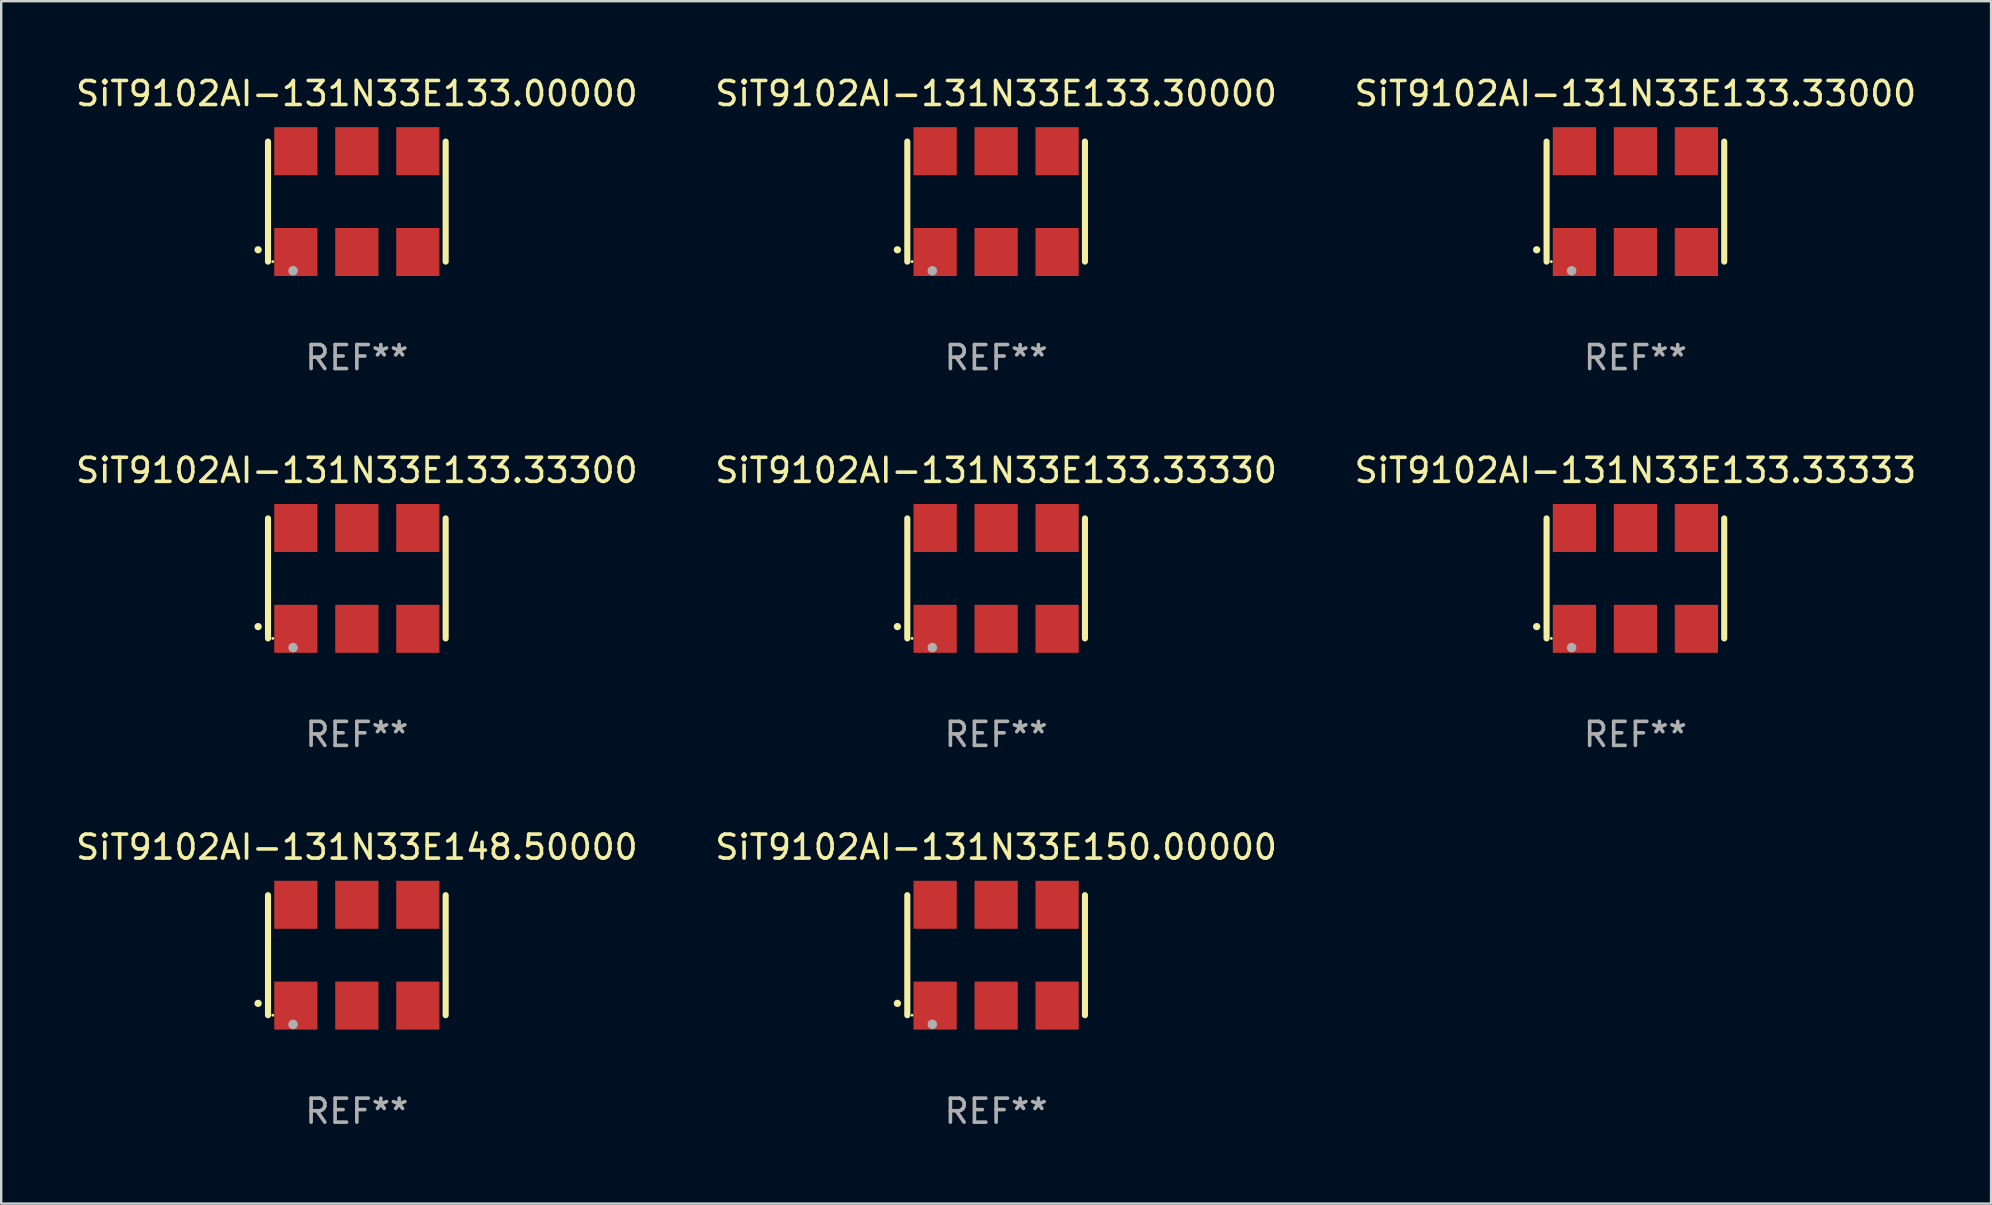
<source format=kicad_pcb>
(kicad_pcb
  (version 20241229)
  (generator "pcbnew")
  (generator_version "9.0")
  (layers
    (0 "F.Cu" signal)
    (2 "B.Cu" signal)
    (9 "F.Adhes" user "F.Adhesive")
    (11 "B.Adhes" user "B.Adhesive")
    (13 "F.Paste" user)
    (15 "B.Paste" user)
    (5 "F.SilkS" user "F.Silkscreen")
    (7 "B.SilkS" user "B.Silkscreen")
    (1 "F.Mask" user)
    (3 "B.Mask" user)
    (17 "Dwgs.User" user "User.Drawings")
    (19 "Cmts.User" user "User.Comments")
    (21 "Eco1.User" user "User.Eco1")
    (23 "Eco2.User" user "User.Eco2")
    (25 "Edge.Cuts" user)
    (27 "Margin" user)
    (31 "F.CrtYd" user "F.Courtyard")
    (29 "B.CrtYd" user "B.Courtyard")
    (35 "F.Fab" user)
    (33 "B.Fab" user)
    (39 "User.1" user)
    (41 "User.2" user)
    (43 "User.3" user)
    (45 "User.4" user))
  (footprint "SiT9102AI-131N33E133.33333"
    (layer "F.Cu")
    (at 65.077 21.045)
    (property "Reference" "SiT9102AI-131N33E133.33333" (at 0 -4.5 0) (layer "F.SilkS") (effects (font (size 1 1) (thickness 0.15))))
    (attr through_hole)
    (fp_line (start -3.7 -2.5) (end -3.7 2.5) (stroke (width 0.254) (type solid)) (layer "F.SilkS"))
    (fp_line (start 3.7 -2.5) (end 3.7 2.5) (stroke (width 0.254) (type solid)) (layer "F.SilkS"))
    (fp_arc (start -4.114415 2.006604) (mid -4.113145 2.006599) (end -4.111875 2.006604) (stroke (width 0.3) (type solid)) (layer "F.SilkS"))
    (fp_circle (center -3.502 2.5) (end -3.472 2.5) (stroke (width 0.06) (type solid)) (fill no) (layer "F.SilkS"))
    (fp_circle (center -2.657 2.882) (end -2.557 2.882) (stroke (width 0.2) (type solid)) (fill no) (layer "F.Fab"))
    (fp_text user "REF**" (at 0 6.5 0) (layer "F.Fab") (effects (font (size 1 1) (thickness 0.15))))
    (pad "1" smd rect (at -2.54 2.1) (size 1.8 2) (layers "F.Cu" "F.Mask" "F.Paste"))
    (pad "2" smd rect (at 0.000394 2.1) (size 1.8 2) (layers "F.Cu" "F.Mask" "F.Paste"))
    (pad "3" smd rect (at 2.54 2.1) (size 1.8 2) (layers "F.Cu" "F.Mask" "F.Paste"))
    (pad "4" smd rect (at 2.54 -2.1) (size 1.8 2) (layers "F.Cu" "F.Mask" "F.Paste"))
    (pad "5" smd rect (at 0.000394 -2.1) (size 1.8 2) (layers "F.Cu" "F.Mask" "F.Paste"))
    (pad "6" smd rect (at -2.54 -2.1) (size 1.8 2) (layers "F.Cu" "F.Mask" "F.Paste")))
  (footprint "SiT9102AI-131N33E133.33330"
    (layer "F.Cu")
    (at 38.446 21.045)
    (property "Reference" "SiT9102AI-131N33E133.33330" (at 0 -4.5 0) (layer "F.SilkS") (effects (font (size 1 1) (thickness 0.15))))
    (attr through_hole)
    (fp_line (start -3.7 -2.5) (end -3.7 2.5) (stroke (width 0.254) (type solid)) (layer "F.SilkS"))
    (fp_line (start 3.7 -2.5) (end 3.7 2.5) (stroke (width 0.254) (type solid)) (layer "F.SilkS"))
    (fp_arc (start -4.114415 2.006604) (mid -4.113145 2.006599) (end -4.111875 2.006604) (stroke (width 0.3) (type solid)) (layer "F.SilkS"))
    (fp_circle (center -3.502 2.5) (end -3.472 2.5) (stroke (width 0.06) (type solid)) (fill no) (layer "F.SilkS"))
    (fp_circle (center -2.657 2.882) (end -2.557 2.882) (stroke (width 0.2) (type solid)) (fill no) (layer "F.Fab"))
    (fp_text user "REF**" (at 0 6.5 0) (layer "F.Fab") (effects (font (size 1 1) (thickness 0.15))))
    (pad "1" smd rect (at -2.54 2.1) (size 1.8 2) (layers "F.Cu" "F.Mask" "F.Paste"))
    (pad "2" smd rect (at 0.000394 2.1) (size 1.8 2) (layers "F.Cu" "F.Mask" "F.Paste"))
    (pad "3" smd rect (at 2.54 2.1) (size 1.8 2) (layers "F.Cu" "F.Mask" "F.Paste"))
    (pad "4" smd rect (at 2.54 -2.1) (size 1.8 2) (layers "F.Cu" "F.Mask" "F.Paste"))
    (pad "5" smd rect (at 0.000394 -2.1) (size 1.8 2) (layers "F.Cu" "F.Mask" "F.Paste"))
    (pad "6" smd rect (at -2.54 -2.1) (size 1.8 2) (layers "F.Cu" "F.Mask" "F.Paste")))
  (footprint "SiT9102AI-131N33E133.33000"
    (layer "F.Cu")
    (at 65.077 5.348)
    (property "Reference" "SiT9102AI-131N33E133.33000" (at 0 -4.5 0) (layer "F.SilkS") (effects (font (size 1 1) (thickness 0.15))))
    (attr through_hole)
    (fp_line (start -3.7 -2.5) (end -3.7 2.5) (stroke (width 0.254) (type solid)) (layer "F.SilkS"))
    (fp_line (start 3.7 -2.5) (end 3.7 2.5) (stroke (width 0.254) (type solid)) (layer "F.SilkS"))
    (fp_arc (start -4.114415 2.006604) (mid -4.113145 2.006599) (end -4.111875 2.006604) (stroke (width 0.3) (type solid)) (layer "F.SilkS"))
    (fp_circle (center -3.502 2.5) (end -3.472 2.5) (stroke (width 0.06) (type solid)) (fill no) (layer "F.SilkS"))
    (fp_circle (center -2.657 2.882) (end -2.557 2.882) (stroke (width 0.2) (type solid)) (fill no) (layer "F.Fab"))
    (fp_text user "REF**" (at 0 6.5 0) (layer "F.Fab") (effects (font (size 1 1) (thickness 0.15))))
    (pad "1" smd rect (at -2.54 2.1) (size 1.8 2) (layers "F.Cu" "F.Mask" "F.Paste"))
    (pad "2" smd rect (at 0.000394 2.1) (size 1.8 2) (layers "F.Cu" "F.Mask" "F.Paste"))
    (pad "3" smd rect (at 2.54 2.1) (size 1.8 2) (layers "F.Cu" "F.Mask" "F.Paste"))
    (pad "4" smd rect (at 2.54 -2.1) (size 1.8 2) (layers "F.Cu" "F.Mask" "F.Paste"))
    (pad "5" smd rect (at 0.000394 -2.1) (size 1.8 2) (layers "F.Cu" "F.Mask" "F.Paste"))
    (pad "6" smd rect (at -2.54 -2.1) (size 1.8 2) (layers "F.Cu" "F.Mask" "F.Paste")))
  (footprint "SiT9102AI-131N33E133.30000"
    (layer "F.Cu")
    (at 38.446 5.348)
    (property "Reference" "SiT9102AI-131N33E133.30000" (at 0 -4.5 0) (layer "F.SilkS") (effects (font (size 1 1) (thickness 0.15))))
    (attr through_hole)
    (fp_line (start -3.7 -2.5) (end -3.7 2.5) (stroke (width 0.254) (type solid)) (layer "F.SilkS"))
    (fp_line (start 3.7 -2.5) (end 3.7 2.5) (stroke (width 0.254) (type solid)) (layer "F.SilkS"))
    (fp_arc (start -4.114415 2.006604) (mid -4.113145 2.006599) (end -4.111875 2.006604) (stroke (width 0.3) (type solid)) (layer "F.SilkS"))
    (fp_circle (center -3.502 2.5) (end -3.472 2.5) (stroke (width 0.06) (type solid)) (fill no) (layer "F.SilkS"))
    (fp_circle (center -2.657 2.882) (end -2.557 2.882) (stroke (width 0.2) (type solid)) (fill no) (layer "F.Fab"))
    (fp_text user "REF**" (at 0 6.5 0) (layer "F.Fab") (effects (font (size 1 1) (thickness 0.15))))
    (pad "1" smd rect (at -2.54 2.1) (size 1.8 2) (layers "F.Cu" "F.Mask" "F.Paste"))
    (pad "2" smd rect (at 0.000394 2.1) (size 1.8 2) (layers "F.Cu" "F.Mask" "F.Paste"))
    (pad "3" smd rect (at 2.54 2.1) (size 1.8 2) (layers "F.Cu" "F.Mask" "F.Paste"))
    (pad "4" smd rect (at 2.54 -2.1) (size 1.8 2) (layers "F.Cu" "F.Mask" "F.Paste"))
    (pad "5" smd rect (at 0.000394 -2.1) (size 1.8 2) (layers "F.Cu" "F.Mask" "F.Paste"))
    (pad "6" smd rect (at -2.54 -2.1) (size 1.8 2) (layers "F.Cu" "F.Mask" "F.Paste")))
  (footprint "SiT9102AI-131N33E133.00000"
    (layer "F.Cu")
    (at 11.815 5.348)
    (property "Reference" "SiT9102AI-131N33E133.00000" (at 0 -4.5 0) (layer "F.SilkS") (effects (font (size 1 1) (thickness 0.15))))
    (attr through_hole)
    (fp_line (start -3.7 -2.5) (end -3.7 2.5) (stroke (width 0.254) (type solid)) (layer "F.SilkS"))
    (fp_line (start 3.7 -2.5) (end 3.7 2.5) (stroke (width 0.254) (type solid)) (layer "F.SilkS"))
    (fp_arc (start -4.114415 2.006604) (mid -4.113145 2.006599) (end -4.111875 2.006604) (stroke (width 0.3) (type solid)) (layer "F.SilkS"))
    (fp_circle (center -3.502 2.5) (end -3.472 2.5) (stroke (width 0.06) (type solid)) (fill no) (layer "F.SilkS"))
    (fp_circle (center -2.657 2.882) (end -2.557 2.882) (stroke (width 0.2) (type solid)) (fill no) (layer "F.Fab"))
    (fp_text user "REF**" (at 0 6.5 0) (layer "F.Fab") (effects (font (size 1 1) (thickness 0.15))))
    (pad "1" smd rect (at -2.54 2.1) (size 1.8 2) (layers "F.Cu" "F.Mask" "F.Paste"))
    (pad "2" smd rect (at 0.000394 2.1) (size 1.8 2) (layers "F.Cu" "F.Mask" "F.Paste"))
    (pad "3" smd rect (at 2.54 2.1) (size 1.8 2) (layers "F.Cu" "F.Mask" "F.Paste"))
    (pad "4" smd rect (at 2.54 -2.1) (size 1.8 2) (layers "F.Cu" "F.Mask" "F.Paste"))
    (pad "5" smd rect (at 0.000394 -2.1) (size 1.8 2) (layers "F.Cu" "F.Mask" "F.Paste"))
    (pad "6" smd rect (at -2.54 -2.1) (size 1.8 2) (layers "F.Cu" "F.Mask" "F.Paste")))
  (footprint "SiT9102AI-131N33E150.00000"
    (layer "F.Cu")
    (at 38.446 36.741)
    (property "Reference" "SiT9102AI-131N33E150.00000" (at 0 -4.5 0) (layer "F.SilkS") (effects (font (size 1 1) (thickness 0.15))))
    (attr through_hole)
    (fp_line (start -3.7 -2.5) (end -3.7 2.5) (stroke (width 0.254) (type solid)) (layer "F.SilkS"))
    (fp_line (start 3.7 -2.5) (end 3.7 2.5) (stroke (width 0.254) (type solid)) (layer "F.SilkS"))
    (fp_arc (start -4.114415 2.006604) (mid -4.113145 2.006599) (end -4.111875 2.006604) (stroke (width 0.3) (type solid)) (layer "F.SilkS"))
    (fp_circle (center -3.502 2.5) (end -3.472 2.5) (stroke (width 0.06) (type solid)) (fill no) (layer "F.SilkS"))
    (fp_circle (center -2.657 2.882) (end -2.557 2.882) (stroke (width 0.2) (type solid)) (fill no) (layer "F.Fab"))
    (fp_text user "REF**" (at 0 6.5 0) (layer "F.Fab") (effects (font (size 1 1) (thickness 0.15))))
    (pad "1" smd rect (at -2.54 2.1) (size 1.8 2) (layers "F.Cu" "F.Mask" "F.Paste"))
    (pad "2" smd rect (at 0.000394 2.1) (size 1.8 2) (layers "F.Cu" "F.Mask" "F.Paste"))
    (pad "3" smd rect (at 2.54 2.1) (size 1.8 2) (layers "F.Cu" "F.Mask" "F.Paste"))
    (pad "4" smd rect (at 2.54 -2.1) (size 1.8 2) (layers "F.Cu" "F.Mask" "F.Paste"))
    (pad "5" smd rect (at 0.000394 -2.1) (size 1.8 2) (layers "F.Cu" "F.Mask" "F.Paste"))
    (pad "6" smd rect (at -2.54 -2.1) (size 1.8 2) (layers "F.Cu" "F.Mask" "F.Paste")))
  (footprint "SiT9102AI-131N33E148.50000"
    (layer "F.Cu")
    (at 11.815 36.741)
    (property "Reference" "SiT9102AI-131N33E148.50000" (at 0 -4.5 0) (layer "F.SilkS") (effects (font (size 1 1) (thickness 0.15))))
    (attr through_hole)
    (fp_line (start -3.7 -2.5) (end -3.7 2.5) (stroke (width 0.254) (type solid)) (layer "F.SilkS"))
    (fp_line (start 3.7 -2.5) (end 3.7 2.5) (stroke (width 0.254) (type solid)) (layer "F.SilkS"))
    (fp_arc (start -4.114415 2.006604) (mid -4.113145 2.006599) (end -4.111875 2.006604) (stroke (width 0.3) (type solid)) (layer "F.SilkS"))
    (fp_circle (center -3.502 2.5) (end -3.472 2.5) (stroke (width 0.06) (type solid)) (fill no) (layer "F.SilkS"))
    (fp_circle (center -2.657 2.882) (end -2.557 2.882) (stroke (width 0.2) (type solid)) (fill no) (layer "F.Fab"))
    (fp_text user "REF**" (at 0 6.5 0) (layer "F.Fab") (effects (font (size 1 1) (thickness 0.15))))
    (pad "1" smd rect (at -2.54 2.1) (size 1.8 2) (layers "F.Cu" "F.Mask" "F.Paste"))
    (pad "2" smd rect (at 0.000394 2.1) (size 1.8 2) (layers "F.Cu" "F.Mask" "F.Paste"))
    (pad "3" smd rect (at 2.54 2.1) (size 1.8 2) (layers "F.Cu" "F.Mask" "F.Paste"))
    (pad "4" smd rect (at 2.54 -2.1) (size 1.8 2) (layers "F.Cu" "F.Mask" "F.Paste"))
    (pad "5" smd rect (at 0.000394 -2.1) (size 1.8 2) (layers "F.Cu" "F.Mask" "F.Paste"))
    (pad "6" smd rect (at -2.54 -2.1) (size 1.8 2) (layers "F.Cu" "F.Mask" "F.Paste")))
  (footprint "SiT9102AI-131N33E133.33300"
    (layer "F.Cu")
    (at 11.815 21.045)
    (property "Reference" "SiT9102AI-131N33E133.33300" (at 0 -4.5 0) (layer "F.SilkS") (effects (font (size 1 1) (thickness 0.15))))
    (attr through_hole)
    (fp_line (start -3.7 -2.5) (end -3.7 2.5) (stroke (width 0.254) (type solid)) (layer "F.SilkS"))
    (fp_line (start 3.7 -2.5) (end 3.7 2.5) (stroke (width 0.254) (type solid)) (layer "F.SilkS"))
    (fp_arc (start -4.114415 2.006604) (mid -4.113145 2.006599) (end -4.111875 2.006604) (stroke (width 0.3) (type solid)) (layer "F.SilkS"))
    (fp_circle (center -3.502 2.5) (end -3.472 2.5) (stroke (width 0.06) (type solid)) (fill no) (layer "F.SilkS"))
    (fp_circle (center -2.657 2.882) (end -2.557 2.882) (stroke (width 0.2) (type solid)) (fill no) (layer "F.Fab"))
    (fp_text user "REF**" (at 0 6.5 0) (layer "F.Fab") (effects (font (size 1 1) (thickness 0.15))))
    (pad "1" smd rect (at -2.54 2.1) (size 1.8 2) (layers "F.Cu" "F.Mask" "F.Paste"))
    (pad "2" smd rect (at 0.000394 2.1) (size 1.8 2) (layers "F.Cu" "F.Mask" "F.Paste"))
    (pad "3" smd rect (at 2.54 2.1) (size 1.8 2) (layers "F.Cu" "F.Mask" "F.Paste"))
    (pad "4" smd rect (at 2.54 -2.1) (size 1.8 2) (layers "F.Cu" "F.Mask" "F.Paste"))
    (pad "5" smd rect (at 0.000394 -2.1) (size 1.8 2) (layers "F.Cu" "F.Mask" "F.Paste"))
    (pad "6" smd rect (at -2.54 -2.1) (size 1.8 2) (layers "F.Cu" "F.Mask" "F.Paste")))
  (gr_rect
    (start -3 -3)
    (end 79.893 47.09)
    (stroke (width 0.1) (type default))
    (fill no)
    (layer "Edge.Cuts")))
</source>
